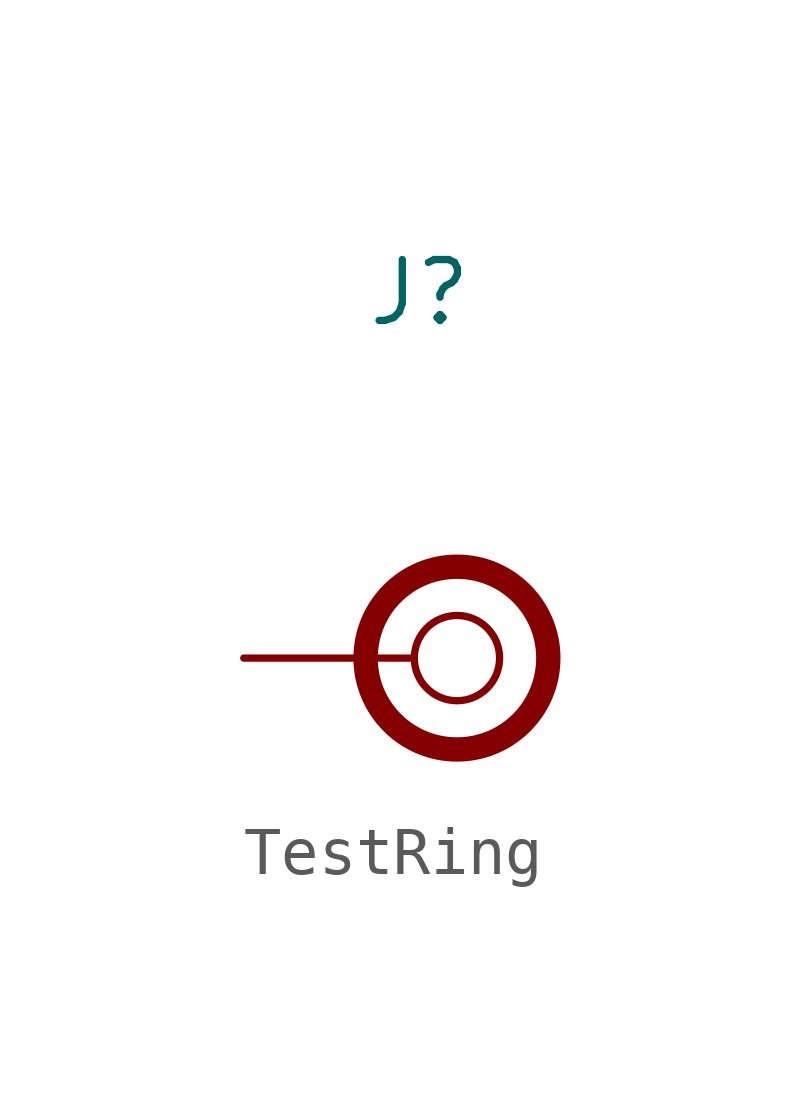
<source format=kicad_sym>
(kicad_symbol_lib
  (version 20211014)
  (generator kicad_symbol_editor)
  (symbol "TestRing"
    (pin_numbers hide)
    (pin_names
      (offset 0) hide)
    (property "Reference" "J"
      (at 0 7.62 0)
      (effects (font (size 1.27 1.27)) (justify left)))
    (symbol "TestRing_0_1"
      (polyline (pts (xy 1.016 0) (xy 0 0)) (stroke (width 0) (type default) (color 0 0 0 0)) (fill (type none)))
      (circle (center 1.905 0) (radius 0.889) (stroke (width 0) (type default) (color 0 0 0 0)) (fill (type none)))
      (circle (center 1.905 0) (radius 1.905) (stroke (width 0.508) (type default) (color 0 0 0 0)) (fill (type none))))
    (symbol "TestRing_1_1"
      (pin passive line (at -2.54 0 0) (length 2.54) (name "1" (effects (font (size 1.27 1.27)))) (number "1" (effects (font (size 1.27 1.27))))))))
</source>
